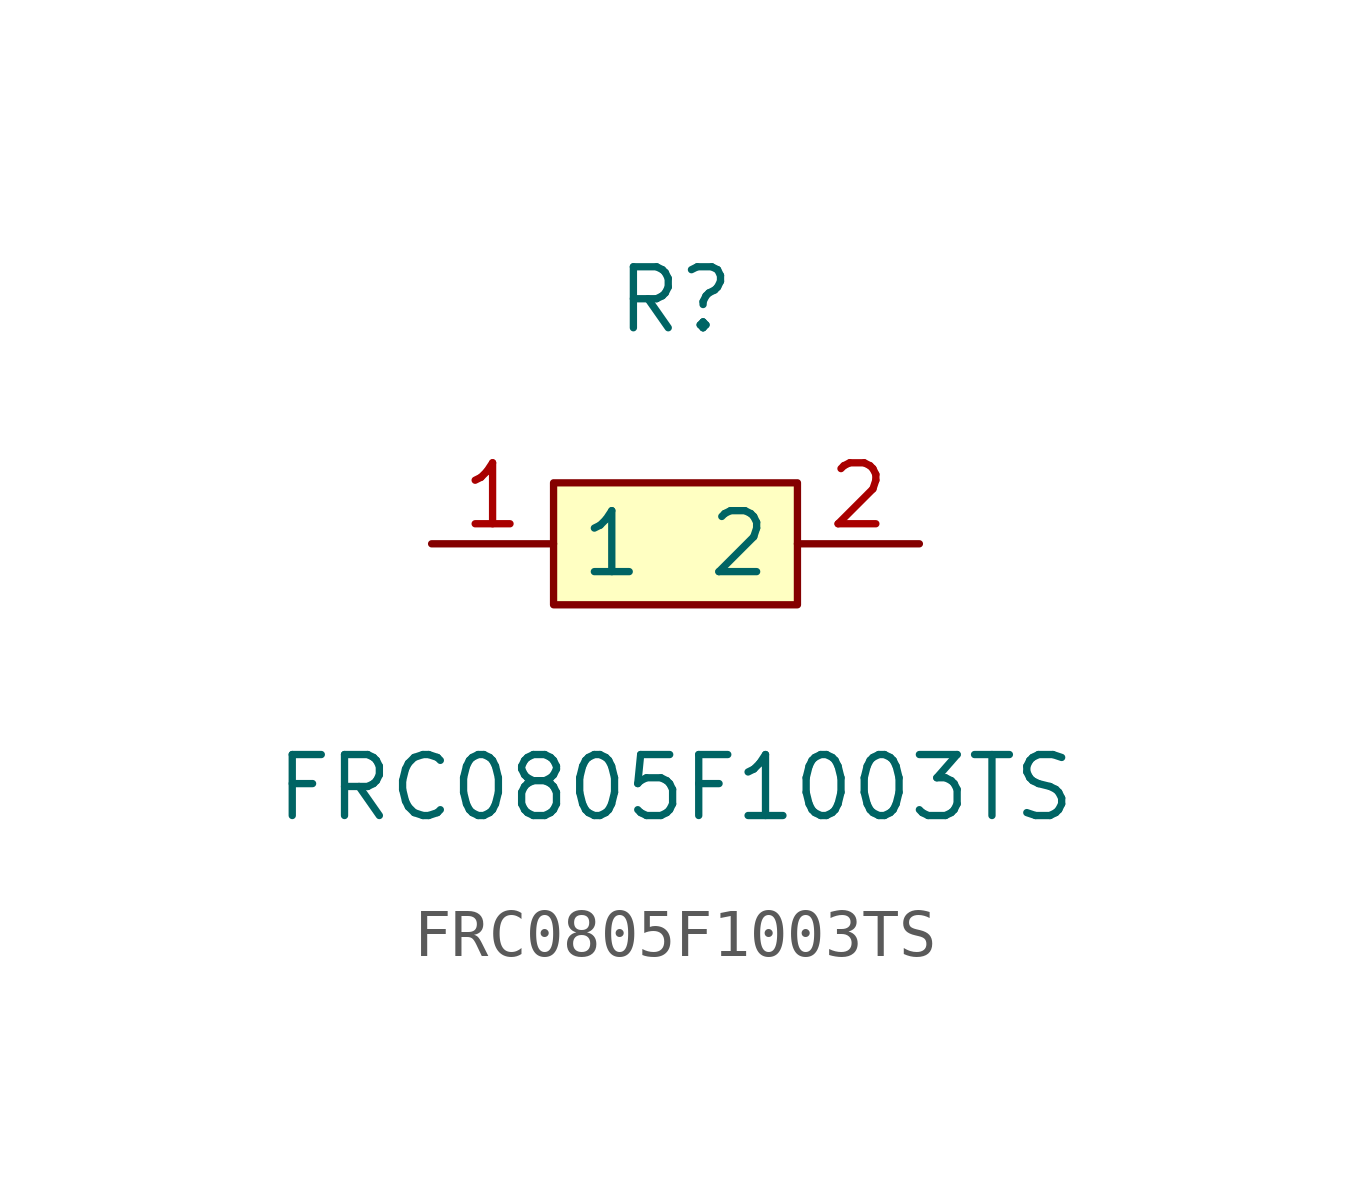
<source format=kicad_sym>
(kicad_symbol_lib
  (version 1)
  (generator "faebryk")
  (symbol "FRC0805F1003TS"
    (property "Reference" "R"
      (at 0 5.08 0)
      (effects (font (size 1.27 1.27)) (hide no)))
    (property "Value" "FRC0805F1003TS"
      (at 0 -5.08 0)
      (effects (font (size 1.27 1.27)) (hide no)))
    (symbol "FRC0805F1003TS_0_1"
      (rectangle (start -2.54 1.27) (end 2.54 -1.27) (stroke (width 0) (type default) (color 0 0 0 0)) (fill (type background)))
      (pin unspecified line (at 5.08 0 180) (length 2.54) (name "2" (effects (font (size 1.27 1.27)) (hide no))) (number "2" (effects (font (size 1.27 1.27)) (hide no))))
      (pin unspecified line (at -5.08 0 0) (length 2.54) (name "1" (effects (font (size 1.27 1.27)) (hide no))) (number "1" (effects (font (size 1.27 1.27)) (hide no)))))))
</source>
